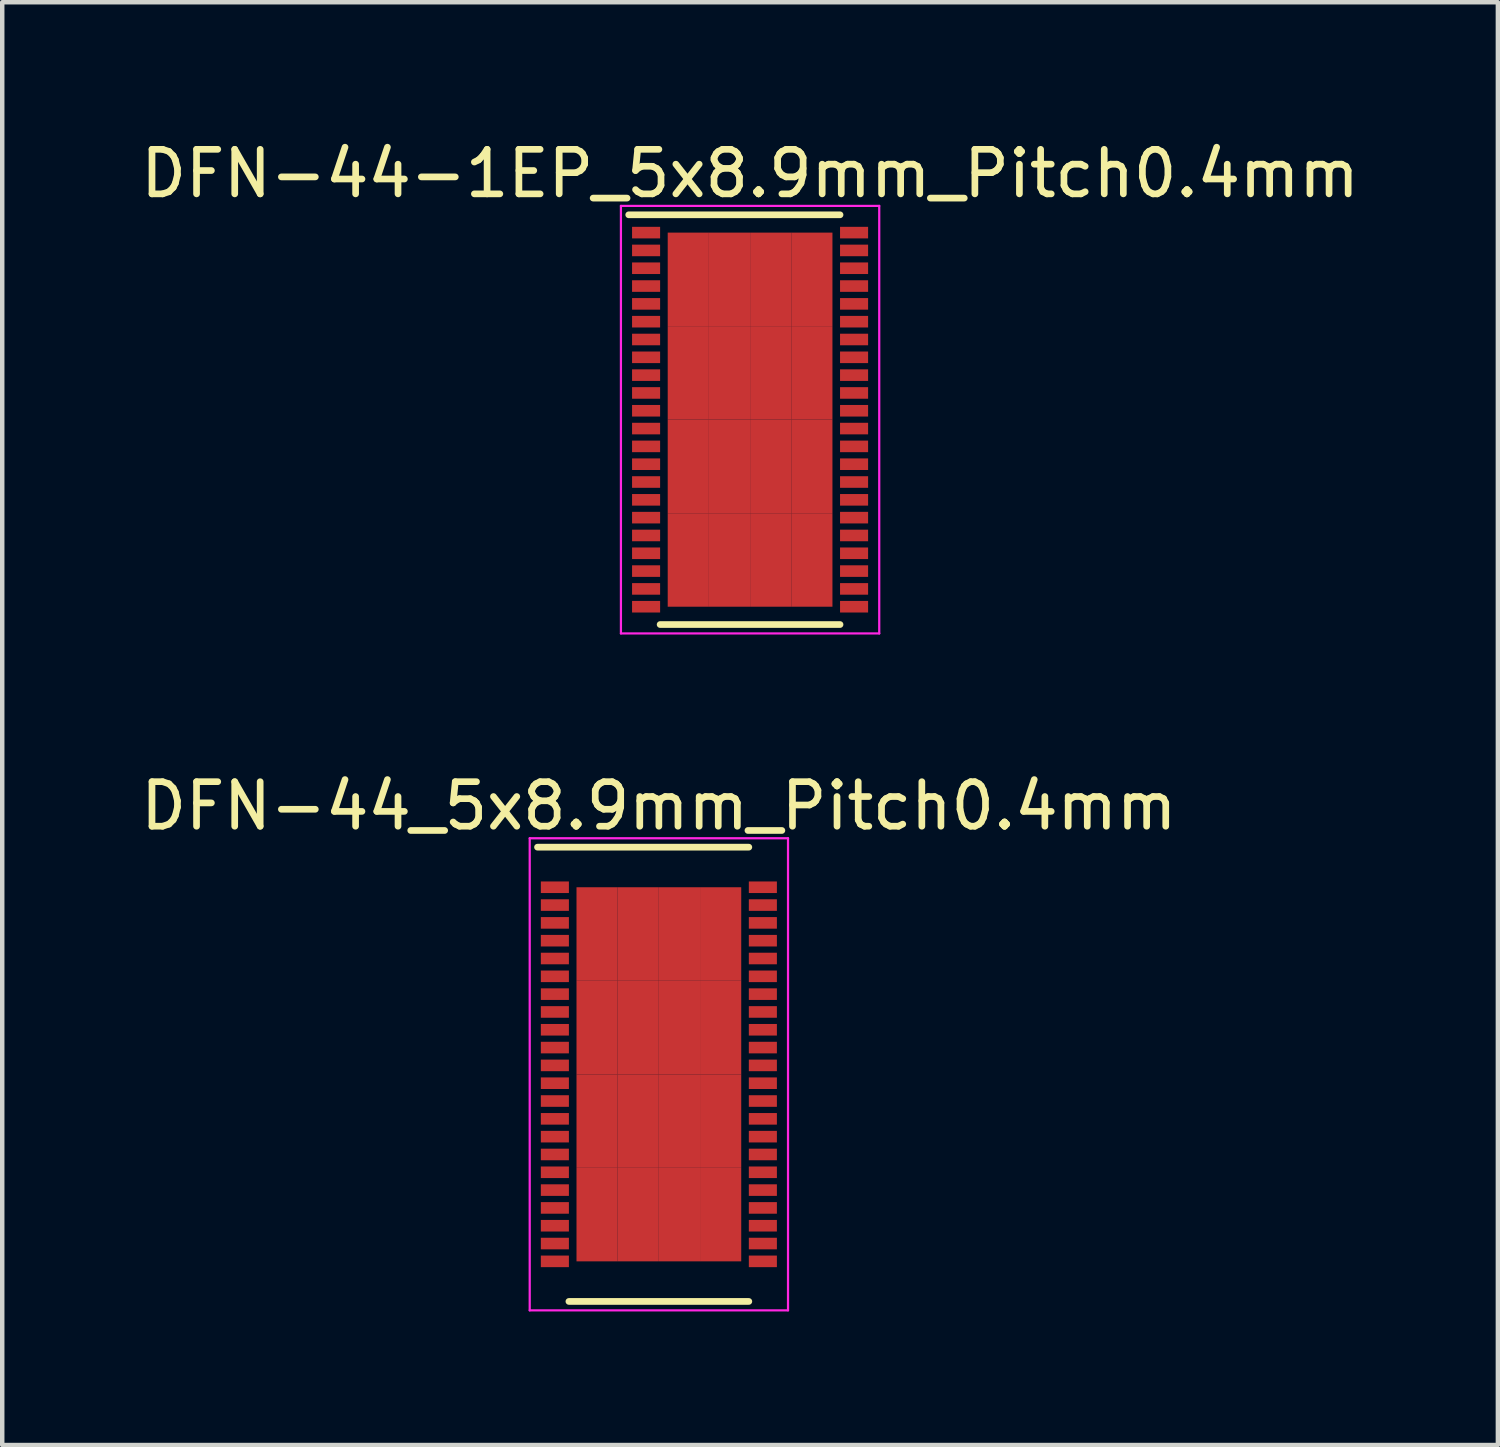
<source format=kicad_pcb>
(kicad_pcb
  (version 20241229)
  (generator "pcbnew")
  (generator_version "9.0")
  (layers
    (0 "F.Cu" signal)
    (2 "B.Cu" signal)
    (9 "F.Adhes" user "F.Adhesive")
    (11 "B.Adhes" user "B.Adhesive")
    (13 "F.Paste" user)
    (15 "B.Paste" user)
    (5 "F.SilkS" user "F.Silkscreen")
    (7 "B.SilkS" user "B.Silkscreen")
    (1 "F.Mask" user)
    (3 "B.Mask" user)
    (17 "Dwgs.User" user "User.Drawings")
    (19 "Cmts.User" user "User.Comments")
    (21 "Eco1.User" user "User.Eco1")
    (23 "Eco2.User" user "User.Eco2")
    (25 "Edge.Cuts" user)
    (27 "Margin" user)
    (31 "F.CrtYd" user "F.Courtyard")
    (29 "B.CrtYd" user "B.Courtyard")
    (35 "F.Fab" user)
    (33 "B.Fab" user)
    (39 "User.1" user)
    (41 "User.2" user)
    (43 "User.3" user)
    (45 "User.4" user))
  (footprint "DFN-44_5x8.9mm_Pitch0.4mm"
    (layer "F.Cu")
    (at 11.744 21.072)
    (property "Reference" "DFN-44_5x8.9mm_Pitch0.4mm" (at 0 -6.025 0) (layer "F.SilkS") (effects (font (size 1 1) (thickness 0.15))))
    (attr smd)
    (fp_line (start -2.725 -5.1) (end 2.02 -5.1) (stroke (width 0.15) (type solid)) (layer "F.SilkS"))
    (fp_line (start -2.02 5.1) (end 2.02 5.1) (stroke (width 0.15) (type solid)) (layer "F.SilkS"))
    (fp_line (start -2.9 -5.3) (end -2.9 5.3) (stroke (width 0.05) (type solid)) (layer "F.CrtYd"))
    (fp_line (start -2.9 -5.3) (end 2.9 -5.3) (stroke (width 0.05) (type solid)) (layer "F.CrtYd"))
    (fp_line (start -2.9 5.3) (end 2.9 5.3) (stroke (width 0.05) (type solid)) (layer "F.CrtYd"))
    (fp_line (start 2.9 -5.3) (end 2.9 5.3) (stroke (width 0.05) (type solid)) (layer "F.CrtYd"))
    (pad "1" smd rect (at -2.335 -4.2) (size 0.63 0.26) (layers "F.Cu" "F.Mask" "F.Paste"))
    (pad "2" smd rect (at -2.335 -3.8) (size 0.63 0.26) (layers "F.Cu" "F.Mask" "F.Paste"))
    (pad "3" smd rect (at -2.335 -3.4) (size 0.63 0.26) (layers "F.Cu" "F.Mask" "F.Paste"))
    (pad "4" smd rect (at -2.335 -3) (size 0.63 0.26) (layers "F.Cu" "F.Mask" "F.Paste"))
    (pad "5" smd rect (at -2.335 -2.6) (size 0.63 0.26) (layers "F.Cu" "F.Mask" "F.Paste"))
    (pad "6" smd rect (at -2.335 -2.2) (size 0.63 0.26) (layers "F.Cu" "F.Mask" "F.Paste"))
    (pad "7" smd rect (at -2.335 -1.8) (size 0.63 0.26) (layers "F.Cu" "F.Mask" "F.Paste"))
    (pad "8" smd rect (at -2.335 -1.4) (size 0.63 0.26) (layers "F.Cu" "F.Mask" "F.Paste"))
    (pad "9" smd rect (at -2.335 -1) (size 0.63 0.26) (layers "F.Cu" "F.Mask" "F.Paste"))
    (pad "10" smd rect (at -2.335 -0.6) (size 0.63 0.26) (layers "F.Cu" "F.Mask" "F.Paste"))
    (pad "11" smd rect (at -2.335 -0.2) (size 0.63 0.26) (layers "F.Cu" "F.Mask" "F.Paste"))
    (pad "12" smd rect (at -2.335 0.2) (size 0.63 0.26) (layers "F.Cu" "F.Mask" "F.Paste"))
    (pad "13" smd rect (at -2.335 0.6) (size 0.63 0.26) (layers "F.Cu" "F.Mask" "F.Paste"))
    (pad "14" smd rect (at -2.335 1) (size 0.63 0.26) (layers "F.Cu" "F.Mask" "F.Paste"))
    (pad "15" smd rect (at -2.335 1.4) (size 0.63 0.26) (layers "F.Cu" "F.Mask" "F.Paste"))
    (pad "16" smd rect (at -2.335 1.8) (size 0.63 0.26) (layers "F.Cu" "F.Mask" "F.Paste"))
    (pad "17" smd rect (at -2.335 2.2) (size 0.63 0.26) (layers "F.Cu" "F.Mask" "F.Paste"))
    (pad "18" smd rect (at -2.335 2.6) (size 0.63 0.26) (layers "F.Cu" "F.Mask" "F.Paste"))
    (pad "19" smd rect (at -2.335 3) (size 0.63 0.26) (layers "F.Cu" "F.Mask" "F.Paste"))
    (pad "20" smd rect (at -2.335 3.4) (size 0.63 0.26) (layers "F.Cu" "F.Mask" "F.Paste"))
    (pad "21" smd rect (at -2.335 3.8) (size 0.63 0.26) (layers "F.Cu" "F.Mask" "F.Paste"))
    (pad "22" smd rect (at -2.335 4.2) (size 0.63 0.26) (layers "F.Cu" "F.Mask" "F.Paste"))
    (pad "23" smd rect (at 2.335 4.2) (size 0.63 0.26) (layers "F.Cu" "F.Mask" "F.Paste"))
    (pad "24" smd rect (at 2.335 3.8) (size 0.63 0.26) (layers "F.Cu" "F.Mask" "F.Paste"))
    (pad "25" smd rect (at 2.335 3.4) (size 0.63 0.26) (layers "F.Cu" "F.Mask" "F.Paste"))
    (pad "26" smd rect (at 2.335 3) (size 0.63 0.26) (layers "F.Cu" "F.Mask" "F.Paste"))
    (pad "27" smd rect (at 2.335 2.6) (size 0.63 0.26) (layers "F.Cu" "F.Mask" "F.Paste"))
    (pad "28" smd rect (at 2.335 2.2) (size 0.63 0.26) (layers "F.Cu" "F.Mask" "F.Paste"))
    (pad "29" smd rect (at 2.335 1.8) (size 0.63 0.26) (layers "F.Cu" "F.Mask" "F.Paste"))
    (pad "30" smd rect (at 2.335 1.4) (size 0.63 0.26) (layers "F.Cu" "F.Mask" "F.Paste"))
    (pad "31" smd rect (at 2.335 1) (size 0.63 0.26) (layers "F.Cu" "F.Mask" "F.Paste"))
    (pad "32" smd rect (at 2.335 0.6) (size 0.63 0.26) (layers "F.Cu" "F.Mask" "F.Paste"))
    (pad "33" smd rect (at 2.335 0.2) (size 0.63 0.26) (layers "F.Cu" "F.Mask" "F.Paste"))
    (pad "34" smd rect (at 2.335 -0.2) (size 0.63 0.26) (layers "F.Cu" "F.Mask" "F.Paste"))
    (pad "35" smd rect (at 2.335 -0.6) (size 0.63 0.26) (layers "F.Cu" "F.Mask" "F.Paste"))
    (pad "36" smd rect (at 2.335 -1) (size 0.63 0.26) (layers "F.Cu" "F.Mask" "F.Paste"))
    (pad "37" smd rect (at 2.335 -1.4) (size 0.63 0.26) (layers "F.Cu" "F.Mask" "F.Paste"))
    (pad "38" smd rect (at 2.335 -1.8) (size 0.63 0.26) (layers "F.Cu" "F.Mask" "F.Paste"))
    (pad "39" smd rect (at 2.335 -2.2) (size 0.63 0.26) (layers "F.Cu" "F.Mask" "F.Paste"))
    (pad "40" smd rect (at 2.335 -2.6) (size 0.63 0.26) (layers "F.Cu" "F.Mask" "F.Paste"))
    (pad "41" smd rect (at 2.335 -3) (size 0.63 0.26) (layers "F.Cu" "F.Mask" "F.Paste"))
    (pad "42" smd rect (at 2.335 -3.4) (size 0.63 0.26) (layers "F.Cu" "F.Mask" "F.Paste"))
    (pad "43" smd rect (at 2.335 -3.8) (size 0.63 0.26) (layers "F.Cu" "F.Mask" "F.Paste"))
    (pad "44" smd rect (at 2.335 -4.2) (size 0.63 0.26) (layers "F.Cu" "F.Mask" "F.Paste"))
    (pad "45" smd rect (at -1.387 -3.15) (size 0.925 2.1) (layers "F.Cu" "F.Mask" "F.Paste"))
    (pad "45" smd rect (at -1.387 -1.05) (size 0.925 2.1) (layers "F.Cu" "F.Mask" "F.Paste"))
    (pad "45" smd rect (at -1.387 1.05) (size 0.925 2.1) (layers "F.Cu" "F.Mask" "F.Paste"))
    (pad "45" smd rect (at -1.387 3.15) (size 0.925 2.1) (layers "F.Cu" "F.Mask" "F.Paste"))
    (pad "45" smd rect (at -0.463 -3.15) (size 0.925 2.1) (layers "F.Cu" "F.Mask" "F.Paste"))
    (pad "45" smd rect (at -0.463 -1.05) (size 0.925 2.1) (layers "F.Cu" "F.Mask" "F.Paste"))
    (pad "45" smd rect (at -0.463 1.05) (size 0.925 2.1) (layers "F.Cu" "F.Mask" "F.Paste"))
    (pad "45" smd rect (at -0.463 3.15) (size 0.925 2.1) (layers "F.Cu" "F.Mask" "F.Paste"))
    (pad "45" smd rect (at 0.463 -3.15) (size 0.925 2.1) (layers "F.Cu" "F.Mask" "F.Paste"))
    (pad "45" smd rect (at 0.463 -1.05) (size 0.925 2.1) (layers "F.Cu" "F.Mask" "F.Paste"))
    (pad "45" smd rect (at 0.463 1.05) (size 0.925 2.1) (layers "F.Cu" "F.Mask" "F.Paste"))
    (pad "45" smd rect (at 0.463 3.15) (size 0.925 2.1) (layers "F.Cu" "F.Mask" "F.Paste"))
    (pad "45" smd rect (at 1.387 -3.15) (size 0.925 2.1) (layers "F.Cu" "F.Mask" "F.Paste"))
    (pad "45" smd rect (at 1.387 -1.05) (size 0.925 2.1) (layers "F.Cu" "F.Mask" "F.Paste"))
    (pad "45" smd rect (at 1.387 1.05) (size 0.925 2.1) (layers "F.Cu" "F.Mask" "F.Paste"))
    (pad "45" smd rect (at 1.387 3.15) (size 0.925 2.1) (layers "F.Cu" "F.Mask" "F.Paste")))
  (footprint "DFN-44-1EP_5x8.9mm_Pitch0.4mm"
    (layer "F.Cu")
    (at 13.792 6.373)
    (property "Reference" "DFN-44-1EP_5x8.9mm_Pitch0.4mm" (at 0 -5.525 0) (layer "F.SilkS") (effects (font (size 1 1) (thickness 0.15))))
    (attr smd)
    (fp_line (start -2.725 -4.6) (end 2.02 -4.6) (stroke (width 0.15) (type solid)) (layer "F.SilkS"))
    (fp_line (start -2.02 4.6) (end 2.02 4.6) (stroke (width 0.15) (type solid)) (layer "F.SilkS"))
    (fp_line (start -2.9 -4.8) (end -2.9 4.8) (stroke (width 0.05) (type solid)) (layer "F.CrtYd"))
    (fp_line (start -2.9 -4.8) (end 2.9 -4.8) (stroke (width 0.05) (type solid)) (layer "F.CrtYd"))
    (fp_line (start -2.9 4.8) (end 2.9 4.8) (stroke (width 0.05) (type solid)) (layer "F.CrtYd"))
    (fp_line (start 2.9 -4.8) (end 2.9 4.8) (stroke (width 0.05) (type solid)) (layer "F.CrtYd"))
    (pad "1" smd rect (at -2.335 -4.2) (size 0.63 0.26) (layers "F.Cu" "F.Mask" "F.Paste"))
    (pad "2" smd rect (at -2.335 -3.8) (size 0.63 0.26) (layers "F.Cu" "F.Mask" "F.Paste"))
    (pad "3" smd rect (at -2.335 -3.4) (size 0.63 0.26) (layers "F.Cu" "F.Mask" "F.Paste"))
    (pad "4" smd rect (at -2.335 -3) (size 0.63 0.26) (layers "F.Cu" "F.Mask" "F.Paste"))
    (pad "5" smd rect (at -2.335 -2.6) (size 0.63 0.26) (layers "F.Cu" "F.Mask" "F.Paste"))
    (pad "6" smd rect (at -2.335 -2.2) (size 0.63 0.26) (layers "F.Cu" "F.Mask" "F.Paste"))
    (pad "7" smd rect (at -2.335 -1.8) (size 0.63 0.26) (layers "F.Cu" "F.Mask" "F.Paste"))
    (pad "8" smd rect (at -2.335 -1.4) (size 0.63 0.26) (layers "F.Cu" "F.Mask" "F.Paste"))
    (pad "9" smd rect (at -2.335 -1) (size 0.63 0.26) (layers "F.Cu" "F.Mask" "F.Paste"))
    (pad "10" smd rect (at -2.335 -0.6) (size 0.63 0.26) (layers "F.Cu" "F.Mask" "F.Paste"))
    (pad "11" smd rect (at -2.335 -0.2) (size 0.63 0.26) (layers "F.Cu" "F.Mask" "F.Paste"))
    (pad "12" smd rect (at -2.335 0.2) (size 0.63 0.26) (layers "F.Cu" "F.Mask" "F.Paste"))
    (pad "13" smd rect (at -2.335 0.6) (size 0.63 0.26) (layers "F.Cu" "F.Mask" "F.Paste"))
    (pad "14" smd rect (at -2.335 1) (size 0.63 0.26) (layers "F.Cu" "F.Mask" "F.Paste"))
    (pad "15" smd rect (at -2.335 1.4) (size 0.63 0.26) (layers "F.Cu" "F.Mask" "F.Paste"))
    (pad "16" smd rect (at -2.335 1.8) (size 0.63 0.26) (layers "F.Cu" "F.Mask" "F.Paste"))
    (pad "17" smd rect (at -2.335 2.2) (size 0.63 0.26) (layers "F.Cu" "F.Mask" "F.Paste"))
    (pad "18" smd rect (at -2.335 2.6) (size 0.63 0.26) (layers "F.Cu" "F.Mask" "F.Paste"))
    (pad "19" smd rect (at -2.335 3) (size 0.63 0.26) (layers "F.Cu" "F.Mask" "F.Paste"))
    (pad "20" smd rect (at -2.335 3.4) (size 0.63 0.26) (layers "F.Cu" "F.Mask" "F.Paste"))
    (pad "21" smd rect (at -2.335 3.8) (size 0.63 0.26) (layers "F.Cu" "F.Mask" "F.Paste"))
    (pad "22" smd rect (at -2.335 4.2) (size 0.63 0.26) (layers "F.Cu" "F.Mask" "F.Paste"))
    (pad "23" smd rect (at 2.335 4.2) (size 0.63 0.26) (layers "F.Cu" "F.Mask" "F.Paste"))
    (pad "24" smd rect (at 2.335 3.8) (size 0.63 0.26) (layers "F.Cu" "F.Mask" "F.Paste"))
    (pad "25" smd rect (at 2.335 3.4) (size 0.63 0.26) (layers "F.Cu" "F.Mask" "F.Paste"))
    (pad "26" smd rect (at 2.335 3) (size 0.63 0.26) (layers "F.Cu" "F.Mask" "F.Paste"))
    (pad "27" smd rect (at 2.335 2.6) (size 0.63 0.26) (layers "F.Cu" "F.Mask" "F.Paste"))
    (pad "28" smd rect (at 2.335 2.2) (size 0.63 0.26) (layers "F.Cu" "F.Mask" "F.Paste"))
    (pad "29" smd rect (at 2.335 1.8) (size 0.63 0.26) (layers "F.Cu" "F.Mask" "F.Paste"))
    (pad "30" smd rect (at 2.335 1.4) (size 0.63 0.26) (layers "F.Cu" "F.Mask" "F.Paste"))
    (pad "31" smd rect (at 2.335 1) (size 0.63 0.26) (layers "F.Cu" "F.Mask" "F.Paste"))
    (pad "32" smd rect (at 2.335 0.6) (size 0.63 0.26) (layers "F.Cu" "F.Mask" "F.Paste"))
    (pad "33" smd rect (at 2.335 0.2) (size 0.63 0.26) (layers "F.Cu" "F.Mask" "F.Paste"))
    (pad "34" smd rect (at 2.335 -0.2) (size 0.63 0.26) (layers "F.Cu" "F.Mask" "F.Paste"))
    (pad "35" smd rect (at 2.335 -0.6) (size 0.63 0.26) (layers "F.Cu" "F.Mask" "F.Paste"))
    (pad "36" smd rect (at 2.335 -1) (size 0.63 0.26) (layers "F.Cu" "F.Mask" "F.Paste"))
    (pad "37" smd rect (at 2.335 -1.4) (size 0.63 0.26) (layers "F.Cu" "F.Mask" "F.Paste"))
    (pad "38" smd rect (at 2.335 -1.8) (size 0.63 0.26) (layers "F.Cu" "F.Mask" "F.Paste"))
    (pad "39" smd rect (at 2.335 -2.2) (size 0.63 0.26) (layers "F.Cu" "F.Mask" "F.Paste"))
    (pad "40" smd rect (at 2.335 -2.6) (size 0.63 0.26) (layers "F.Cu" "F.Mask" "F.Paste"))
    (pad "41" smd rect (at 2.335 -3) (size 0.63 0.26) (layers "F.Cu" "F.Mask" "F.Paste"))
    (pad "42" smd rect (at 2.335 -3.4) (size 0.63 0.26) (layers "F.Cu" "F.Mask" "F.Paste"))
    (pad "43" smd rect (at 2.335 -3.8) (size 0.63 0.26) (layers "F.Cu" "F.Mask" "F.Paste"))
    (pad "44" smd rect (at 2.335 -4.2) (size 0.63 0.26) (layers "F.Cu" "F.Mask" "F.Paste"))
    (pad "45" smd rect (at -1.387 -3.15) (size 0.925 2.1) (layers "F.Cu" "F.Mask" "F.Paste"))
    (pad "45" smd rect (at -1.387 -1.05) (size 0.925 2.1) (layers "F.Cu" "F.Mask" "F.Paste"))
    (pad "45" smd rect (at -1.387 1.05) (size 0.925 2.1) (layers "F.Cu" "F.Mask" "F.Paste"))
    (pad "45" smd rect (at -1.387 3.15) (size 0.925 2.1) (layers "F.Cu" "F.Mask" "F.Paste"))
    (pad "45" smd rect (at -0.463 -3.15) (size 0.925 2.1) (layers "F.Cu" "F.Mask" "F.Paste"))
    (pad "45" smd rect (at -0.463 -1.05) (size 0.925 2.1) (layers "F.Cu" "F.Mask" "F.Paste"))
    (pad "45" smd rect (at -0.463 1.05) (size 0.925 2.1) (layers "F.Cu" "F.Mask" "F.Paste"))
    (pad "45" smd rect (at -0.463 3.15) (size 0.925 2.1) (layers "F.Cu" "F.Mask" "F.Paste"))
    (pad "45" smd rect (at 0.463 -3.15) (size 0.925 2.1) (layers "F.Cu" "F.Mask" "F.Paste"))
    (pad "45" smd rect (at 0.463 -1.05) (size 0.925 2.1) (layers "F.Cu" "F.Mask" "F.Paste"))
    (pad "45" smd rect (at 0.463 1.05) (size 0.925 2.1) (layers "F.Cu" "F.Mask" "F.Paste"))
    (pad "45" smd rect (at 0.463 3.15) (size 0.925 2.1) (layers "F.Cu" "F.Mask" "F.Paste"))
    (pad "45" smd rect (at 1.387 -3.15) (size 0.925 2.1) (layers "F.Cu" "F.Mask" "F.Paste"))
    (pad "45" smd rect (at 1.387 -1.05) (size 0.925 2.1) (layers "F.Cu" "F.Mask" "F.Paste"))
    (pad "45" smd rect (at 1.387 1.05) (size 0.925 2.1) (layers "F.Cu" "F.Mask" "F.Paste"))
    (pad "45" smd rect (at 1.387 3.15) (size 0.925 2.1) (layers "F.Cu" "F.Mask" "F.Paste")))
  (gr_rect
    (start -3 -3)
    (end 30.583 29.396)
    (stroke (width 0.1) (type default))
    (fill no)
    (layer "Edge.Cuts")))
</source>
